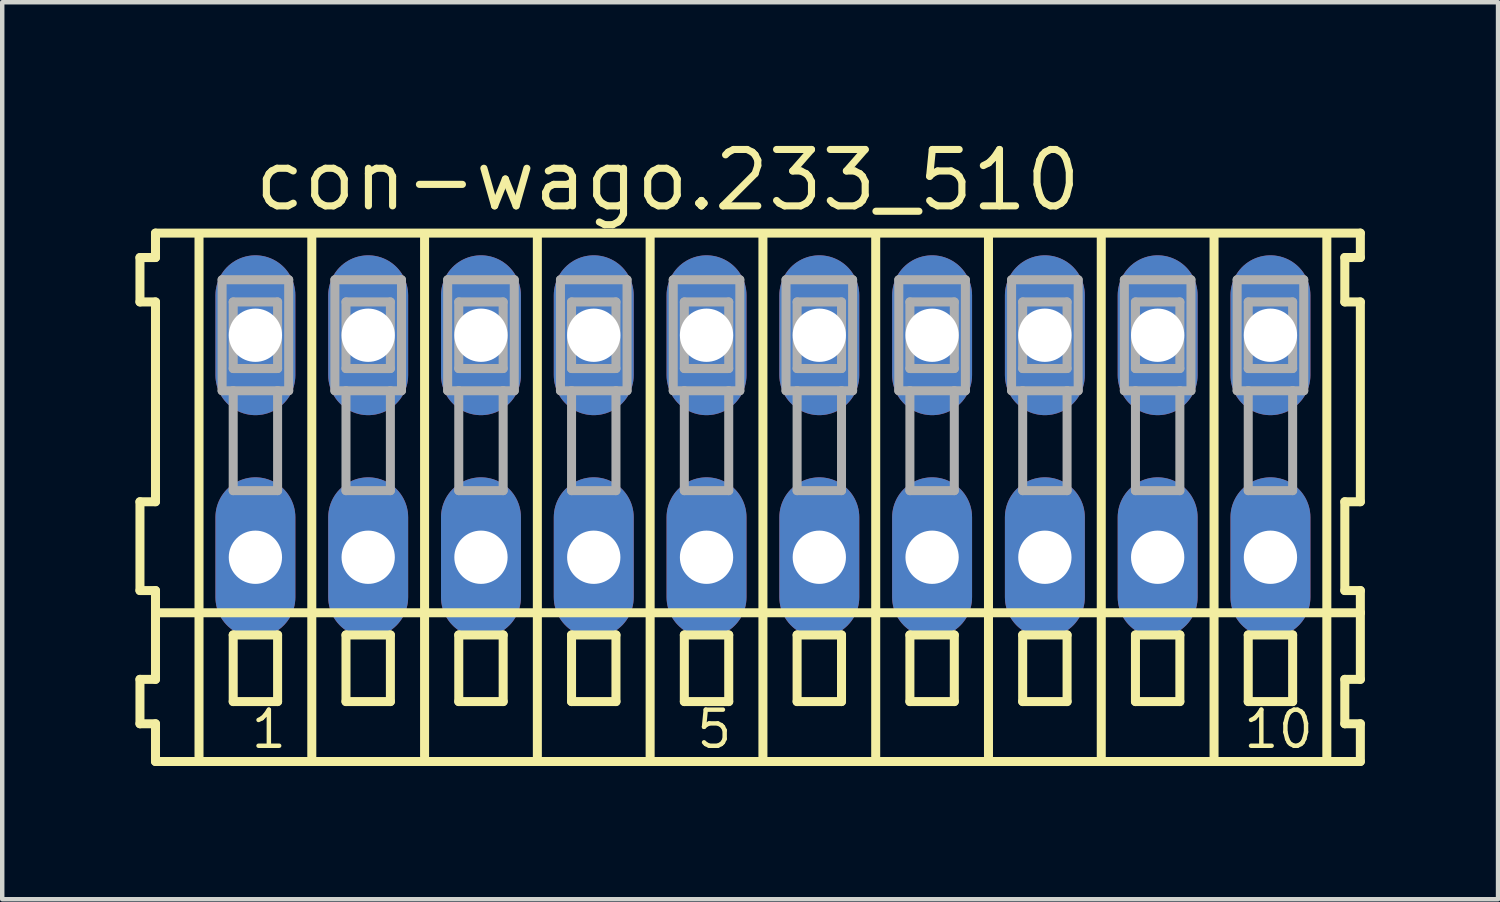
<source format=kicad_pcb>
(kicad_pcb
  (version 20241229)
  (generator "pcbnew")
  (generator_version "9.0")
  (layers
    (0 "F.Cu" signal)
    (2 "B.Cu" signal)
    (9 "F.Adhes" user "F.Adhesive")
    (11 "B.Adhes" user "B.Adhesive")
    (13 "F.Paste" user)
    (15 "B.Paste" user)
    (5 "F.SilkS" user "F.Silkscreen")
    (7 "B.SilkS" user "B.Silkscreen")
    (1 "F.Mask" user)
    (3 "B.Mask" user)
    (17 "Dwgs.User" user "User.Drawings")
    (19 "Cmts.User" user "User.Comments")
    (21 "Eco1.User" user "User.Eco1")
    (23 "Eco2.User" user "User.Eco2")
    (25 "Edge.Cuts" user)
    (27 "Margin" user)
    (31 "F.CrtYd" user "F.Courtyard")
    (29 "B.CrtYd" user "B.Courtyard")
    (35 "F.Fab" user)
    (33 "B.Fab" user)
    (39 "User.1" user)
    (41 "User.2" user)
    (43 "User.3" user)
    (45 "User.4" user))
  (footprint "con-wago.233_510"
    (layer "F.Cu")
    (at 14.132 7)
    (property "Reference" "con-wago.233_510" (at -11.53 -5.25 0) (layer "F.SilkS") (effects (font (size 1.27 1.27) (thickness 0.16)) (justify left bottom)))
    (attr through_hole)
    (fp_line (start -14.03 -4.25) (end -14.03 -3.25) (stroke (width 0.203) (type default)) (layer "F.SilkS"))
    (fp_line (start -14.03 -3.25) (end -13.68 -3.25) (stroke (width 0.203) (type default)) (layer "F.SilkS"))
    (fp_line (start -14.03 1.25) (end -14.03 3.25) (stroke (width 0.203) (type default)) (layer "F.SilkS"))
    (fp_line (start -14.03 3.25) (end -13.68 3.25) (stroke (width 0.203) (type default)) (layer "F.SilkS"))
    (fp_line (start -14.03 5.25) (end -14.03 6.25) (stroke (width 0.203) (type default)) (layer "F.SilkS"))
    (fp_line (start -14.03 6.25) (end -13.68 6.25) (stroke (width 0.203) (type default)) (layer "F.SilkS"))
    (fp_line (start -13.68 -4.8) (end -13.68 -4.25) (stroke (width 0.203) (type default)) (layer "F.SilkS"))
    (fp_line (start -13.68 -4.25) (end -14.03 -4.25) (stroke (width 0.203) (type default)) (layer "F.SilkS"))
    (fp_line (start -13.68 -3.25) (end -13.68 1.25) (stroke (width 0.203) (type default)) (layer "F.SilkS"))
    (fp_line (start -13.68 1.25) (end -14.03 1.25) (stroke (width 0.203) (type default)) (layer "F.SilkS"))
    (fp_line (start -13.68 3.25) (end -13.68 5.25) (stroke (width 0.203) (type default)) (layer "F.SilkS"))
    (fp_line (start -13.68 3.75) (end 13.455 3.75) (stroke (width 0.203) (type default)) (layer "F.SilkS"))
    (fp_line (start -13.68 5.25) (end -14.03 5.25) (stroke (width 0.203) (type default)) (layer "F.SilkS"))
    (fp_line (start -13.68 6.25) (end -13.68 7.1) (stroke (width 0.203) (type default)) (layer "F.SilkS"))
    (fp_line (start -13.68 7.1) (end 13.455 7.1) (stroke (width 0.203) (type default)) (layer "F.SilkS"))
    (fp_line (start -12.7 6.985) (end -12.7 -4.699) (stroke (width 0.203) (type default)) (layer "F.SilkS"))
    (fp_line (start -11.93 4.25) (end -11.93 5.75) (stroke (width 0.203) (type default)) (layer "F.SilkS"))
    (fp_line (start -11.93 5.75) (end -10.93 5.75) (stroke (width 0.203) (type default)) (layer "F.SilkS"))
    (fp_line (start -10.93 4.25) (end -11.93 4.25) (stroke (width 0.203) (type default)) (layer "F.SilkS"))
    (fp_line (start -10.93 5.75) (end -10.93 4.25) (stroke (width 0.203) (type default)) (layer "F.SilkS"))
    (fp_line (start -10.16 6.985) (end -10.16 -4.699) (stroke (width 0.203) (type default)) (layer "F.SilkS"))
    (fp_line (start -9.39 4.25) (end -9.39 5.75) (stroke (width 0.203) (type default)) (layer "F.SilkS"))
    (fp_line (start -9.39 5.75) (end -8.39 5.75) (stroke (width 0.203) (type default)) (layer "F.SilkS"))
    (fp_line (start -8.39 4.25) (end -9.39 4.25) (stroke (width 0.203) (type default)) (layer "F.SilkS"))
    (fp_line (start -8.39 5.75) (end -8.39 4.25) (stroke (width 0.203) (type default)) (layer "F.SilkS"))
    (fp_line (start -7.62 6.985) (end -7.62 -4.699) (stroke (width 0.203) (type default)) (layer "F.SilkS"))
    (fp_line (start -6.85 4.25) (end -6.85 5.75) (stroke (width 0.203) (type default)) (layer "F.SilkS"))
    (fp_line (start -6.85 5.75) (end -5.85 5.75) (stroke (width 0.203) (type default)) (layer "F.SilkS"))
    (fp_line (start -5.85 4.25) (end -6.85 4.25) (stroke (width 0.203) (type default)) (layer "F.SilkS"))
    (fp_line (start -5.85 5.75) (end -5.85 4.25) (stroke (width 0.203) (type default)) (layer "F.SilkS"))
    (fp_line (start -5.08 6.985) (end -5.08 -4.699) (stroke (width 0.203) (type default)) (layer "F.SilkS"))
    (fp_line (start -4.31 4.25) (end -4.31 5.75) (stroke (width 0.203) (type default)) (layer "F.SilkS"))
    (fp_line (start -4.31 5.75) (end -3.31 5.75) (stroke (width 0.203) (type default)) (layer "F.SilkS"))
    (fp_line (start -3.31 4.25) (end -4.31 4.25) (stroke (width 0.203) (type default)) (layer "F.SilkS"))
    (fp_line (start -3.31 5.75) (end -3.31 4.25) (stroke (width 0.203) (type default)) (layer "F.SilkS"))
    (fp_line (start -2.54 6.985) (end -2.54 -4.699) (stroke (width 0.203) (type default)) (layer "F.SilkS"))
    (fp_line (start -1.77 4.25) (end -1.77 5.75) (stroke (width 0.203) (type default)) (layer "F.SilkS"))
    (fp_line (start -1.77 5.75) (end -0.77 5.75) (stroke (width 0.203) (type default)) (layer "F.SilkS"))
    (fp_line (start -0.77 4.25) (end -1.77 4.25) (stroke (width 0.203) (type default)) (layer "F.SilkS"))
    (fp_line (start -0.77 5.75) (end -0.77 4.25) (stroke (width 0.203) (type default)) (layer "F.SilkS"))
    (fp_line (start 0 6.985) (end 0 -4.699) (stroke (width 0.203) (type default)) (layer "F.SilkS"))
    (fp_line (start 0.77 4.25) (end 0.77 5.75) (stroke (width 0.203) (type default)) (layer "F.SilkS"))
    (fp_line (start 0.77 5.75) (end 1.77 5.75) (stroke (width 0.203) (type default)) (layer "F.SilkS"))
    (fp_line (start 1.77 4.25) (end 0.77 4.25) (stroke (width 0.203) (type default)) (layer "F.SilkS"))
    (fp_line (start 1.77 5.75) (end 1.77 4.25) (stroke (width 0.203) (type default)) (layer "F.SilkS"))
    (fp_line (start 2.54 6.985) (end 2.54 -4.699) (stroke (width 0.203) (type default)) (layer "F.SilkS"))
    (fp_line (start 3.31 4.25) (end 3.31 5.75) (stroke (width 0.203) (type default)) (layer "F.SilkS"))
    (fp_line (start 3.31 5.75) (end 4.31 5.75) (stroke (width 0.203) (type default)) (layer "F.SilkS"))
    (fp_line (start 4.31 4.25) (end 3.31 4.25) (stroke (width 0.203) (type default)) (layer "F.SilkS"))
    (fp_line (start 4.31 5.75) (end 4.31 4.25) (stroke (width 0.203) (type default)) (layer "F.SilkS"))
    (fp_line (start 5.08 6.985) (end 5.08 -4.699) (stroke (width 0.203) (type default)) (layer "F.SilkS"))
    (fp_line (start 5.85 4.25) (end 5.85 5.75) (stroke (width 0.203) (type default)) (layer "F.SilkS"))
    (fp_line (start 5.85 5.75) (end 6.85 5.75) (stroke (width 0.203) (type default)) (layer "F.SilkS"))
    (fp_line (start 6.85 4.25) (end 5.85 4.25) (stroke (width 0.203) (type default)) (layer "F.SilkS"))
    (fp_line (start 6.85 5.75) (end 6.85 4.25) (stroke (width 0.203) (type default)) (layer "F.SilkS"))
    (fp_line (start 7.62 6.985) (end 7.62 -4.699) (stroke (width 0.203) (type default)) (layer "F.SilkS"))
    (fp_line (start 8.39 4.25) (end 8.39 5.75) (stroke (width 0.203) (type default)) (layer "F.SilkS"))
    (fp_line (start 8.39 5.75) (end 9.39 5.75) (stroke (width 0.203) (type default)) (layer "F.SilkS"))
    (fp_line (start 9.39 4.25) (end 8.39 4.25) (stroke (width 0.203) (type default)) (layer "F.SilkS"))
    (fp_line (start 9.39 5.75) (end 9.39 4.25) (stroke (width 0.203) (type default)) (layer "F.SilkS"))
    (fp_line (start 10.16 6.985) (end 10.16 -4.699) (stroke (width 0.203) (type default)) (layer "F.SilkS"))
    (fp_line (start 10.93 4.25) (end 10.93 5.75) (stroke (width 0.203) (type default)) (layer "F.SilkS"))
    (fp_line (start 10.93 5.75) (end 11.93 5.75) (stroke (width 0.203) (type default)) (layer "F.SilkS"))
    (fp_line (start 11.93 4.25) (end 10.93 4.25) (stroke (width 0.203) (type default)) (layer "F.SilkS"))
    (fp_line (start 11.93 5.75) (end 11.93 4.25) (stroke (width 0.203) (type default)) (layer "F.SilkS"))
    (fp_line (start 12.7 6.985) (end 12.7 -4.699) (stroke (width 0.203) (type default)) (layer "F.SilkS"))
    (fp_line (start 13.105 -4.25) (end 13.105 -3.25) (stroke (width 0.203) (type default)) (layer "F.SilkS"))
    (fp_line (start 13.105 -3.25) (end 13.455 -3.25) (stroke (width 0.203) (type default)) (layer "F.SilkS"))
    (fp_line (start 13.105 1.25) (end 13.105 3.25) (stroke (width 0.203) (type default)) (layer "F.SilkS"))
    (fp_line (start 13.105 3.25) (end 13.455 3.25) (stroke (width 0.203) (type default)) (layer "F.SilkS"))
    (fp_line (start 13.105 5.25) (end 13.105 6.25) (stroke (width 0.203) (type default)) (layer "F.SilkS"))
    (fp_line (start 13.105 6.25) (end 13.455 6.25) (stroke (width 0.203) (type default)) (layer "F.SilkS"))
    (fp_line (start 13.455 -4.8) (end -13.68 -4.8) (stroke (width 0.203) (type default)) (layer "F.SilkS"))
    (fp_line (start 13.455 -4.25) (end 13.105 -4.25) (stroke (width 0.203) (type default)) (layer "F.SilkS"))
    (fp_line (start 13.455 -4.25) (end 13.455 -4.8) (stroke (width 0.203) (type default)) (layer "F.SilkS"))
    (fp_line (start 13.455 1.25) (end 13.105 1.25) (stroke (width 0.203) (type default)) (layer "F.SilkS"))
    (fp_line (start 13.455 1.25) (end 13.455 -3.25) (stroke (width 0.203) (type default)) (layer "F.SilkS"))
    (fp_line (start 13.455 3.75) (end 13.455 3.25) (stroke (width 0.203) (type default)) (layer "F.SilkS"))
    (fp_line (start 13.455 5.25) (end 13.105 5.25) (stroke (width 0.203) (type default)) (layer "F.SilkS"))
    (fp_line (start 13.455 5.25) (end 13.455 3.75) (stroke (width 0.203) (type default)) (layer "F.SilkS"))
    (fp_line (start 13.455 7.1) (end 13.455 6.25) (stroke (width 0.203) (type default)) (layer "F.SilkS"))
    (fp_line (start -12.18 -3.75) (end -12.18 -1.25) (stroke (width 0.203) (type default)) (layer "F.Fab"))
    (fp_line (start -12.18 -1.25) (end -11.93 -1.25) (stroke (width 0.203) (type default)) (layer "F.Fab"))
    (fp_line (start -11.93 -3.25) (end -11.93 -1.75) (stroke (width 0.203) (type default)) (layer "F.Fab"))
    (fp_line (start -11.93 -1.75) (end -10.93 -1.75) (stroke (width 0.203) (type default)) (layer "F.Fab"))
    (fp_line (start -11.93 -1.25) (end -11.93 1) (stroke (width 0.203) (type default)) (layer "F.Fab"))
    (fp_line (start -11.93 -1.25) (end -10.93 -1.25) (stroke (width 0.203) (type default)) (layer "F.Fab"))
    (fp_line (start -11.93 1) (end -10.93 1) (stroke (width 0.203) (type default)) (layer "F.Fab"))
    (fp_line (start -10.93 -3.25) (end -11.93 -3.25) (stroke (width 0.203) (type default)) (layer "F.Fab"))
    (fp_line (start -10.93 -1.75) (end -10.93 -3.25) (stroke (width 0.203) (type default)) (layer "F.Fab"))
    (fp_line (start -10.93 -1.25) (end -10.68 -1.25) (stroke (width 0.203) (type default)) (layer "F.Fab"))
    (fp_line (start -10.93 1) (end -10.93 -1.25) (stroke (width 0.203) (type default)) (layer "F.Fab"))
    (fp_line (start -10.68 -3.75) (end -12.18 -3.75) (stroke (width 0.203) (type default)) (layer "F.Fab"))
    (fp_line (start -10.68 -1.25) (end -10.68 -3.75) (stroke (width 0.203) (type default)) (layer "F.Fab"))
    (fp_line (start -9.64 -3.75) (end -9.64 -1.25) (stroke (width 0.203) (type default)) (layer "F.Fab"))
    (fp_line (start -9.64 -1.25) (end -9.39 -1.25) (stroke (width 0.203) (type default)) (layer "F.Fab"))
    (fp_line (start -9.39 -3.25) (end -9.39 -1.75) (stroke (width 0.203) (type default)) (layer "F.Fab"))
    (fp_line (start -9.39 -1.75) (end -8.39 -1.75) (stroke (width 0.203) (type default)) (layer "F.Fab"))
    (fp_line (start -9.39 -1.25) (end -9.39 1) (stroke (width 0.203) (type default)) (layer "F.Fab"))
    (fp_line (start -9.39 -1.25) (end -8.39 -1.25) (stroke (width 0.203) (type default)) (layer "F.Fab"))
    (fp_line (start -9.39 1) (end -8.39 1) (stroke (width 0.203) (type default)) (layer "F.Fab"))
    (fp_line (start -8.39 -3.25) (end -9.39 -3.25) (stroke (width 0.203) (type default)) (layer "F.Fab"))
    (fp_line (start -8.39 -1.75) (end -8.39 -3.25) (stroke (width 0.203) (type default)) (layer "F.Fab"))
    (fp_line (start -8.39 -1.25) (end -8.14 -1.25) (stroke (width 0.203) (type default)) (layer "F.Fab"))
    (fp_line (start -8.39 1) (end -8.39 -1.25) (stroke (width 0.203) (type default)) (layer "F.Fab"))
    (fp_line (start -8.14 -3.75) (end -9.64 -3.75) (stroke (width 0.203) (type default)) (layer "F.Fab"))
    (fp_line (start -8.14 -1.25) (end -8.14 -3.75) (stroke (width 0.203) (type default)) (layer "F.Fab"))
    (fp_line (start -7.1 -3.75) (end -7.1 -1.25) (stroke (width 0.203) (type default)) (layer "F.Fab"))
    (fp_line (start -7.1 -1.25) (end -6.85 -1.25) (stroke (width 0.203) (type default)) (layer "F.Fab"))
    (fp_line (start -6.85 -3.25) (end -6.85 -1.75) (stroke (width 0.203) (type default)) (layer "F.Fab"))
    (fp_line (start -6.85 -1.75) (end -5.85 -1.75) (stroke (width 0.203) (type default)) (layer "F.Fab"))
    (fp_line (start -6.85 -1.25) (end -6.85 1) (stroke (width 0.203) (type default)) (layer "F.Fab"))
    (fp_line (start -6.85 -1.25) (end -5.85 -1.25) (stroke (width 0.203) (type default)) (layer "F.Fab"))
    (fp_line (start -6.85 1) (end -5.85 1) (stroke (width 0.203) (type default)) (layer "F.Fab"))
    (fp_line (start -5.85 -3.25) (end -6.85 -3.25) (stroke (width 0.203) (type default)) (layer "F.Fab"))
    (fp_line (start -5.85 -1.75) (end -5.85 -3.25) (stroke (width 0.203) (type default)) (layer "F.Fab"))
    (fp_line (start -5.85 -1.25) (end -5.6 -1.25) (stroke (width 0.203) (type default)) (layer "F.Fab"))
    (fp_line (start -5.85 1) (end -5.85 -1.25) (stroke (width 0.203) (type default)) (layer "F.Fab"))
    (fp_line (start -5.6 -3.75) (end -7.1 -3.75) (stroke (width 0.203) (type default)) (layer "F.Fab"))
    (fp_line (start -5.6 -1.25) (end -5.6 -3.75) (stroke (width 0.203) (type default)) (layer "F.Fab"))
    (fp_line (start -4.56 -3.75) (end -4.56 -1.25) (stroke (width 0.203) (type default)) (layer "F.Fab"))
    (fp_line (start -4.56 -1.25) (end -4.31 -1.25) (stroke (width 0.203) (type default)) (layer "F.Fab"))
    (fp_line (start -4.31 -3.25) (end -4.31 -1.75) (stroke (width 0.203) (type default)) (layer "F.Fab"))
    (fp_line (start -4.31 -1.75) (end -3.31 -1.75) (stroke (width 0.203) (type default)) (layer "F.Fab"))
    (fp_line (start -4.31 -1.25) (end -4.31 1) (stroke (width 0.203) (type default)) (layer "F.Fab"))
    (fp_line (start -4.31 -1.25) (end -3.31 -1.25) (stroke (width 0.203) (type default)) (layer "F.Fab"))
    (fp_line (start -4.31 1) (end -3.31 1) (stroke (width 0.203) (type default)) (layer "F.Fab"))
    (fp_line (start -3.31 -3.25) (end -4.31 -3.25) (stroke (width 0.203) (type default)) (layer "F.Fab"))
    (fp_line (start -3.31 -1.75) (end -3.31 -3.25) (stroke (width 0.203) (type default)) (layer "F.Fab"))
    (fp_line (start -3.31 -1.25) (end -3.06 -1.25) (stroke (width 0.203) (type default)) (layer "F.Fab"))
    (fp_line (start -3.31 1) (end -3.31 -1.25) (stroke (width 0.203) (type default)) (layer "F.Fab"))
    (fp_line (start -3.06 -3.75) (end -4.56 -3.75) (stroke (width 0.203) (type default)) (layer "F.Fab"))
    (fp_line (start -3.06 -1.25) (end -3.06 -3.75) (stroke (width 0.203) (type default)) (layer "F.Fab"))
    (fp_line (start -2.02 -3.75) (end -2.02 -1.25) (stroke (width 0.203) (type default)) (layer "F.Fab"))
    (fp_line (start -2.02 -1.25) (end -1.77 -1.25) (stroke (width 0.203) (type default)) (layer "F.Fab"))
    (fp_line (start -1.77 -3.25) (end -1.77 -1.75) (stroke (width 0.203) (type default)) (layer "F.Fab"))
    (fp_line (start -1.77 -1.75) (end -0.77 -1.75) (stroke (width 0.203) (type default)) (layer "F.Fab"))
    (fp_line (start -1.77 -1.25) (end -1.77 1) (stroke (width 0.203) (type default)) (layer "F.Fab"))
    (fp_line (start -1.77 -1.25) (end -0.77 -1.25) (stroke (width 0.203) (type default)) (layer "F.Fab"))
    (fp_line (start -1.77 1) (end -0.77 1) (stroke (width 0.203) (type default)) (layer "F.Fab"))
    (fp_line (start -0.77 -3.25) (end -1.77 -3.25) (stroke (width 0.203) (type default)) (layer "F.Fab"))
    (fp_line (start -0.77 -1.75) (end -0.77 -3.25) (stroke (width 0.203) (type default)) (layer "F.Fab"))
    (fp_line (start -0.77 -1.25) (end -0.52 -1.25) (stroke (width 0.203) (type default)) (layer "F.Fab"))
    (fp_line (start -0.77 1) (end -0.77 -1.25) (stroke (width 0.203) (type default)) (layer "F.Fab"))
    (fp_line (start -0.52 -3.75) (end -2.02 -3.75) (stroke (width 0.203) (type default)) (layer "F.Fab"))
    (fp_line (start -0.52 -1.25) (end -0.52 -3.75) (stroke (width 0.203) (type default)) (layer "F.Fab"))
    (fp_line (start 0.52 -3.75) (end 0.52 -1.25) (stroke (width 0.203) (type default)) (layer "F.Fab"))
    (fp_line (start 0.52 -1.25) (end 0.77 -1.25) (stroke (width 0.203) (type default)) (layer "F.Fab"))
    (fp_line (start 0.77 -3.25) (end 0.77 -1.75) (stroke (width 0.203) (type default)) (layer "F.Fab"))
    (fp_line (start 0.77 -1.75) (end 1.77 -1.75) (stroke (width 0.203) (type default)) (layer "F.Fab"))
    (fp_line (start 0.77 -1.25) (end 0.77 1) (stroke (width 0.203) (type default)) (layer "F.Fab"))
    (fp_line (start 0.77 -1.25) (end 1.77 -1.25) (stroke (width 0.203) (type default)) (layer "F.Fab"))
    (fp_line (start 0.77 1) (end 1.77 1) (stroke (width 0.203) (type default)) (layer "F.Fab"))
    (fp_line (start 1.77 -3.25) (end 0.77 -3.25) (stroke (width 0.203) (type default)) (layer "F.Fab"))
    (fp_line (start 1.77 -1.75) (end 1.77 -3.25) (stroke (width 0.203) (type default)) (layer "F.Fab"))
    (fp_line (start 1.77 -1.25) (end 2.02 -1.25) (stroke (width 0.203) (type default)) (layer "F.Fab"))
    (fp_line (start 1.77 1) (end 1.77 -1.25) (stroke (width 0.203) (type default)) (layer "F.Fab"))
    (fp_line (start 2.02 -3.75) (end 0.52 -3.75) (stroke (width 0.203) (type default)) (layer "F.Fab"))
    (fp_line (start 2.02 -1.25) (end 2.02 -3.75) (stroke (width 0.203) (type default)) (layer "F.Fab"))
    (fp_line (start 3.06 -3.75) (end 3.06 -1.25) (stroke (width 0.203) (type default)) (layer "F.Fab"))
    (fp_line (start 3.06 -1.25) (end 3.31 -1.25) (stroke (width 0.203) (type default)) (layer "F.Fab"))
    (fp_line (start 3.31 -3.25) (end 3.31 -1.75) (stroke (width 0.203) (type default)) (layer "F.Fab"))
    (fp_line (start 3.31 -1.75) (end 4.31 -1.75) (stroke (width 0.203) (type default)) (layer "F.Fab"))
    (fp_line (start 3.31 -1.25) (end 3.31 1) (stroke (width 0.203) (type default)) (layer "F.Fab"))
    (fp_line (start 3.31 -1.25) (end 4.31 -1.25) (stroke (width 0.203) (type default)) (layer "F.Fab"))
    (fp_line (start 3.31 1) (end 4.31 1) (stroke (width 0.203) (type default)) (layer "F.Fab"))
    (fp_line (start 4.31 -3.25) (end 3.31 -3.25) (stroke (width 0.203) (type default)) (layer "F.Fab"))
    (fp_line (start 4.31 -1.75) (end 4.31 -3.25) (stroke (width 0.203) (type default)) (layer "F.Fab"))
    (fp_line (start 4.31 -1.25) (end 4.56 -1.25) (stroke (width 0.203) (type default)) (layer "F.Fab"))
    (fp_line (start 4.31 1) (end 4.31 -1.25) (stroke (width 0.203) (type default)) (layer "F.Fab"))
    (fp_line (start 4.56 -3.75) (end 3.06 -3.75) (stroke (width 0.203) (type default)) (layer "F.Fab"))
    (fp_line (start 4.56 -1.25) (end 4.56 -3.75) (stroke (width 0.203) (type default)) (layer "F.Fab"))
    (fp_line (start 5.6 -3.75) (end 5.6 -1.25) (stroke (width 0.203) (type default)) (layer "F.Fab"))
    (fp_line (start 5.6 -1.25) (end 5.85 -1.25) (stroke (width 0.203) (type default)) (layer "F.Fab"))
    (fp_line (start 5.85 -3.25) (end 5.85 -1.75) (stroke (width 0.203) (type default)) (layer "F.Fab"))
    (fp_line (start 5.85 -1.75) (end 6.85 -1.75) (stroke (width 0.203) (type default)) (layer "F.Fab"))
    (fp_line (start 5.85 -1.25) (end 5.85 1) (stroke (width 0.203) (type default)) (layer "F.Fab"))
    (fp_line (start 5.85 -1.25) (end 6.85 -1.25) (stroke (width 0.203) (type default)) (layer "F.Fab"))
    (fp_line (start 5.85 1) (end 6.85 1) (stroke (width 0.203) (type default)) (layer "F.Fab"))
    (fp_line (start 6.85 -3.25) (end 5.85 -3.25) (stroke (width 0.203) (type default)) (layer "F.Fab"))
    (fp_line (start 6.85 -1.75) (end 6.85 -3.25) (stroke (width 0.203) (type default)) (layer "F.Fab"))
    (fp_line (start 6.85 -1.25) (end 7.1 -1.25) (stroke (width 0.203) (type default)) (layer "F.Fab"))
    (fp_line (start 6.85 1) (end 6.85 -1.25) (stroke (width 0.203) (type default)) (layer "F.Fab"))
    (fp_line (start 7.1 -3.75) (end 5.6 -3.75) (stroke (width 0.203) (type default)) (layer "F.Fab"))
    (fp_line (start 7.1 -1.25) (end 7.1 -3.75) (stroke (width 0.203) (type default)) (layer "F.Fab"))
    (fp_line (start 8.14 -3.75) (end 8.14 -1.25) (stroke (width 0.203) (type default)) (layer "F.Fab"))
    (fp_line (start 8.14 -1.25) (end 8.39 -1.25) (stroke (width 0.203) (type default)) (layer "F.Fab"))
    (fp_line (start 8.39 -3.25) (end 8.39 -1.75) (stroke (width 0.203) (type default)) (layer "F.Fab"))
    (fp_line (start 8.39 -1.75) (end 9.39 -1.75) (stroke (width 0.203) (type default)) (layer "F.Fab"))
    (fp_line (start 8.39 -1.25) (end 8.39 1) (stroke (width 0.203) (type default)) (layer "F.Fab"))
    (fp_line (start 8.39 -1.25) (end 9.39 -1.25) (stroke (width 0.203) (type default)) (layer "F.Fab"))
    (fp_line (start 8.39 1) (end 9.39 1) (stroke (width 0.203) (type default)) (layer "F.Fab"))
    (fp_line (start 9.39 -3.25) (end 8.39 -3.25) (stroke (width 0.203) (type default)) (layer "F.Fab"))
    (fp_line (start 9.39 -1.75) (end 9.39 -3.25) (stroke (width 0.203) (type default)) (layer "F.Fab"))
    (fp_line (start 9.39 -1.25) (end 9.64 -1.25) (stroke (width 0.203) (type default)) (layer "F.Fab"))
    (fp_line (start 9.39 1) (end 9.39 -1.25) (stroke (width 0.203) (type default)) (layer "F.Fab"))
    (fp_line (start 9.64 -3.75) (end 8.14 -3.75) (stroke (width 0.203) (type default)) (layer "F.Fab"))
    (fp_line (start 9.64 -1.25) (end 9.64 -3.75) (stroke (width 0.203) (type default)) (layer "F.Fab"))
    (fp_line (start 10.68 -3.75) (end 10.68 -1.25) (stroke (width 0.203) (type default)) (layer "F.Fab"))
    (fp_line (start 10.68 -1.25) (end 10.93 -1.25) (stroke (width 0.203) (type default)) (layer "F.Fab"))
    (fp_line (start 10.93 -3.25) (end 10.93 -1.75) (stroke (width 0.203) (type default)) (layer "F.Fab"))
    (fp_line (start 10.93 -1.75) (end 11.93 -1.75) (stroke (width 0.203) (type default)) (layer "F.Fab"))
    (fp_line (start 10.93 -1.25) (end 10.93 1) (stroke (width 0.203) (type default)) (layer "F.Fab"))
    (fp_line (start 10.93 -1.25) (end 11.93 -1.25) (stroke (width 0.203) (type default)) (layer "F.Fab"))
    (fp_line (start 10.93 1) (end 11.93 1) (stroke (width 0.203) (type default)) (layer "F.Fab"))
    (fp_line (start 11.93 -3.25) (end 10.93 -3.25) (stroke (width 0.203) (type default)) (layer "F.Fab"))
    (fp_line (start 11.93 -1.75) (end 11.93 -3.25) (stroke (width 0.203) (type default)) (layer "F.Fab"))
    (fp_line (start 11.93 -1.25) (end 12.18 -1.25) (stroke (width 0.203) (type default)) (layer "F.Fab"))
    (fp_line (start 11.93 1) (end 11.93 -1.25) (stroke (width 0.203) (type default)) (layer "F.Fab"))
    (fp_line (start 12.18 -3.75) (end 10.68 -3.75) (stroke (width 0.203) (type default)) (layer "F.Fab"))
    (fp_line (start 12.18 -1.25) (end 12.18 -3.75) (stroke (width 0.203) (type default)) (layer "F.Fab"))
    (fp_text user "10" (at 10.772 6.85 0) (layer "F.SilkS") (effects (font (size 0.813 0.813) (thickness 0.1)) (justify left bottom)))
    (fp_text user "5" (at -1.547 6.85 0) (layer "F.SilkS") (effects (font (size 0.813 0.813) (thickness 0.1)) (justify left bottom)))
    (fp_text user "1" (at -11.58 6.85 0) (layer "F.SilkS") (effects (font (size 0.813 0.813) (thickness 0.1)) (justify left bottom)))
    (pad "A1" thru_hole oval (at -11.43 -2.5 90) (size 3.6 1.8) (drill 1.2) (layers "*.Cu" "*.Mask"))
    (pad "A2" thru_hole oval (at -8.89 -2.5 90) (size 3.6 1.8) (drill 1.2) (layers "*.Cu" "*.Mask"))
    (pad "A3" thru_hole oval (at -6.35 -2.5 90) (size 3.6 1.8) (drill 1.2) (layers "*.Cu" "*.Mask"))
    (pad "A4" thru_hole oval (at -3.81 -2.5 90) (size 3.6 1.8) (drill 1.2) (layers "*.Cu" "*.Mask"))
    (pad "A5" thru_hole oval (at -1.27 -2.5 90) (size 3.6 1.8) (drill 1.2) (layers "*.Cu" "*.Mask"))
    (pad "A6" thru_hole oval (at 1.27 -2.5 90) (size 3.6 1.8) (drill 1.2) (layers "*.Cu" "*.Mask"))
    (pad "A7" thru_hole oval (at 3.81 -2.5 90) (size 3.6 1.8) (drill 1.2) (layers "*.Cu" "*.Mask"))
    (pad "A8" thru_hole oval (at 6.35 -2.5 90) (size 3.6 1.8) (drill 1.2) (layers "*.Cu" "*.Mask"))
    (pad "A9" thru_hole oval (at 8.89 -2.5 90) (size 3.6 1.8) (drill 1.2) (layers "*.Cu" "*.Mask"))
    (pad "A10" thru_hole oval (at 11.43 -2.5 90) (size 3.6 1.8) (drill 1.2) (layers "*.Cu" "*.Mask"))
    (pad "B1" thru_hole oval (at -11.43 2.5 90) (size 3.6 1.8) (drill 1.2) (layers "*.Cu" "*.Mask"))
    (pad "B2" thru_hole oval (at -8.89 2.5 90) (size 3.6 1.8) (drill 1.2) (layers "*.Cu" "*.Mask"))
    (pad "B3" thru_hole oval (at -6.35 2.5 90) (size 3.6 1.8) (drill 1.2) (layers "*.Cu" "*.Mask"))
    (pad "B4" thru_hole oval (at -3.81 2.5 90) (size 3.6 1.8) (drill 1.2) (layers "*.Cu" "*.Mask"))
    (pad "B5" thru_hole oval (at -1.27 2.5 90) (size 3.6 1.8) (drill 1.2) (layers "*.Cu" "*.Mask"))
    (pad "B6" thru_hole oval (at 1.27 2.5 90) (size 3.6 1.8) (drill 1.2) (layers "*.Cu" "*.Mask"))
    (pad "B7" thru_hole oval (at 3.81 2.5 90) (size 3.6 1.8) (drill 1.2) (layers "*.Cu" "*.Mask"))
    (pad "B8" thru_hole oval (at 6.35 2.5 90) (size 3.6 1.8) (drill 1.2) (layers "*.Cu" "*.Mask"))
    (pad "B9" thru_hole oval (at 8.89 2.5 90) (size 3.6 1.8) (drill 1.2) (layers "*.Cu" "*.Mask"))
    (pad "B10" thru_hole oval (at 11.43 2.5 90) (size 3.6 1.8) (drill 1.2) (layers "*.Cu" "*.Mask")))
  (gr_rect
    (start -3 -3)
    (end 30.688 17.202)
    (stroke (width 0.1) (type default))
    (fill no)
    (layer "Edge.Cuts")))
</source>
